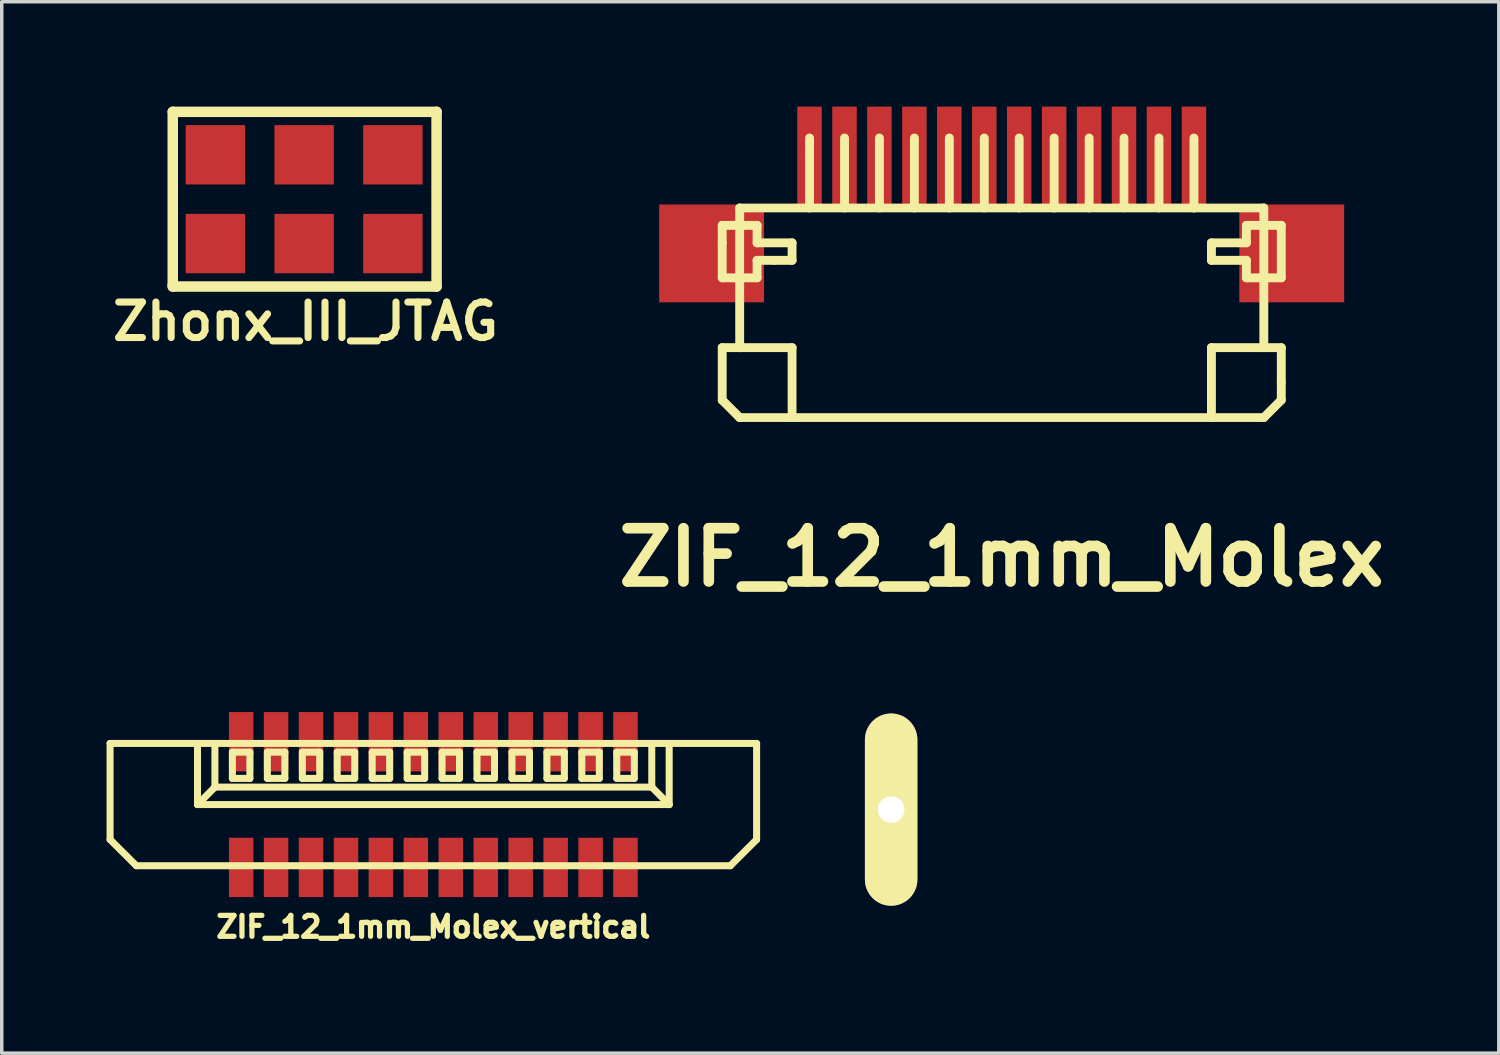
<source format=kicad_pcb>
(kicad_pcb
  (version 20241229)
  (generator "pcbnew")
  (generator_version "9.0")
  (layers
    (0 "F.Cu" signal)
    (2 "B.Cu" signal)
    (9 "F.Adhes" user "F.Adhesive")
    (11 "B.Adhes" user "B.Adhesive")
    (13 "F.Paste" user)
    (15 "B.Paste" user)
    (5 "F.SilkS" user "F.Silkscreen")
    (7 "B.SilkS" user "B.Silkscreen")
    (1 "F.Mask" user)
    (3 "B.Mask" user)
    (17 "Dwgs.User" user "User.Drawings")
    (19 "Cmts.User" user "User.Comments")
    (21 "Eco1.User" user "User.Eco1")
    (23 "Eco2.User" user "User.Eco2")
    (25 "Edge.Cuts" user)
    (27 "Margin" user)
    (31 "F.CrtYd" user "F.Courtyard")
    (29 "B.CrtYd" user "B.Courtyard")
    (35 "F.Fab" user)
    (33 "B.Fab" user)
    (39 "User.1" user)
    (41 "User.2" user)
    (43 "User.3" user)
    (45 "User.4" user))
  (footprint "Zone_Interdite"
    (layer "F.Cu")
    (at 22.452 20.119)
    (property "Reference" "Zone_Interdite" (at 0 0 90) (layer "F.SilkS") (effects (font (size 0.5 0.5) (thickness 0.125))))
    (attr through_hole)
    (pad "" np_thru_hole oval (at 0 0) (size 1.5 5.5) (drill 0.762) (layers "*.Cu" "*.Mask" "F.SilkS")))
  (footprint "ZIF_12_1mm_Molex_vertical"
    (layer "F.Cu")
    (at 9.351 19.975)
    (property "Reference" "ZIF_12_1mm_Molex_vertical" (at 0 3.5 0) (layer "F.SilkS") (effects (font (size 0.599 0.599) (thickness 0.15))))
    (attr through_hole)
    (fp_line (start -9.251 -1.75) (end 9.251 -1.75) (stroke (width 0.201) (type solid)) (layer "F.SilkS"))
    (fp_line (start -9.251 1.001) (end -9.251 -1.75) (stroke (width 0.201) (type solid)) (layer "F.SilkS"))
    (fp_line (start -8.499 1.75) (end -9.251 1.001) (stroke (width 0.201) (type solid)) (layer "F.SilkS"))
    (fp_line (start -6.749 -1.75) (end -6.749 0) (stroke (width 0.201) (type solid)) (layer "F.SilkS"))
    (fp_line (start -6.749 0) (end -6.251 -0.5) (stroke (width 0.201) (type solid)) (layer "F.SilkS"))
    (fp_line (start -6.749 0) (end 6.749 0) (stroke (width 0.201) (type solid)) (layer "F.SilkS"))
    (fp_line (start -6.251 -1.75) (end -6.251 -0.5) (stroke (width 0.201) (type solid)) (layer "F.SilkS"))
    (fp_line (start -6.251 -0.5) (end 6.251 -0.5) (stroke (width 0.201) (type solid)) (layer "F.SilkS"))
    (fp_line (start -5.751 -1.501) (end -5.25 -1.501) (stroke (width 0.201) (type solid)) (layer "F.SilkS"))
    (fp_line (start -5.751 -0.749) (end -5.751 -1.501) (stroke (width 0.201) (type solid)) (layer "F.SilkS"))
    (fp_line (start -5.25 -1.501) (end -5.25 -0.749) (stroke (width 0.201) (type solid)) (layer "F.SilkS"))
    (fp_line (start -5.25 -0.749) (end -5.751 -0.749) (stroke (width 0.201) (type solid)) (layer "F.SilkS"))
    (fp_line (start -4.75 -1.501) (end -4.75 -0.749) (stroke (width 0.201) (type solid)) (layer "F.SilkS"))
    (fp_line (start -4.75 -0.749) (end -4.249 -0.749) (stroke (width 0.201) (type solid)) (layer "F.SilkS"))
    (fp_line (start -4.249 -1.501) (end -4.75 -1.501) (stroke (width 0.201) (type solid)) (layer "F.SilkS"))
    (fp_line (start -4.249 -0.749) (end -4.249 -1.501) (stroke (width 0.201) (type solid)) (layer "F.SilkS"))
    (fp_line (start -3.749 -1.501) (end -3.749 -0.749) (stroke (width 0.201) (type solid)) (layer "F.SilkS"))
    (fp_line (start -3.749 -0.749) (end -3.251 -0.749) (stroke (width 0.201) (type solid)) (layer "F.SilkS"))
    (fp_line (start -3.251 -1.501) (end -3.749 -1.501) (stroke (width 0.201) (type solid)) (layer "F.SilkS"))
    (fp_line (start -3.251 -0.749) (end -3.251 -1.501) (stroke (width 0.201) (type solid)) (layer "F.SilkS"))
    (fp_line (start -2.751 -1.501) (end -2.751 -0.749) (stroke (width 0.201) (type solid)) (layer "F.SilkS"))
    (fp_line (start -2.751 -0.749) (end -2.25 -0.749) (stroke (width 0.201) (type solid)) (layer "F.SilkS"))
    (fp_line (start -2.25 -1.501) (end -2.751 -1.501) (stroke (width 0.201) (type solid)) (layer "F.SilkS"))
    (fp_line (start -2.25 -0.749) (end -2.25 -1.501) (stroke (width 0.201) (type solid)) (layer "F.SilkS"))
    (fp_line (start -1.75 -1.501) (end -1.75 -0.749) (stroke (width 0.201) (type solid)) (layer "F.SilkS"))
    (fp_line (start -1.75 -0.749) (end -1.25 -0.749) (stroke (width 0.201) (type solid)) (layer "F.SilkS"))
    (fp_line (start -1.25 -1.501) (end -1.75 -1.501) (stroke (width 0.201) (type solid)) (layer "F.SilkS"))
    (fp_line (start -1.25 -0.749) (end -1.25 -1.501) (stroke (width 0.201) (type solid)) (layer "F.SilkS"))
    (fp_line (start -0.749 -1.501) (end -0.749 -0.749) (stroke (width 0.201) (type solid)) (layer "F.SilkS"))
    (fp_line (start -0.749 -0.749) (end -0.249 -0.749) (stroke (width 0.201) (type solid)) (layer "F.SilkS"))
    (fp_line (start -0.249 -1.501) (end -0.749 -1.501) (stroke (width 0.201) (type solid)) (layer "F.SilkS"))
    (fp_line (start -0.249 -0.749) (end -0.249 -1.501) (stroke (width 0.201) (type solid)) (layer "F.SilkS"))
    (fp_line (start 0.249 -1.501) (end 0.249 -0.749) (stroke (width 0.201) (type solid)) (layer "F.SilkS"))
    (fp_line (start 0.249 -0.749) (end 0.749 -0.749) (stroke (width 0.201) (type solid)) (layer "F.SilkS"))
    (fp_line (start 0.749 -1.501) (end 0.249 -1.501) (stroke (width 0.201) (type solid)) (layer "F.SilkS"))
    (fp_line (start 0.749 -0.749) (end 0.749 -1.501) (stroke (width 0.201) (type solid)) (layer "F.SilkS"))
    (fp_line (start 1.25 -1.501) (end 1.25 -0.749) (stroke (width 0.201) (type solid)) (layer "F.SilkS"))
    (fp_line (start 1.25 -0.749) (end 1.75 -0.749) (stroke (width 0.201) (type solid)) (layer "F.SilkS"))
    (fp_line (start 1.75 -1.501) (end 1.25 -1.501) (stroke (width 0.201) (type solid)) (layer "F.SilkS"))
    (fp_line (start 1.75 -0.749) (end 1.75 -1.501) (stroke (width 0.201) (type solid)) (layer "F.SilkS"))
    (fp_line (start 2.25 -1.501) (end 2.25 -0.749) (stroke (width 0.201) (type solid)) (layer "F.SilkS"))
    (fp_line (start 2.25 -0.749) (end 2.751 -0.749) (stroke (width 0.201) (type solid)) (layer "F.SilkS"))
    (fp_line (start 2.751 -1.501) (end 2.25 -1.501) (stroke (width 0.201) (type solid)) (layer "F.SilkS"))
    (fp_line (start 2.751 -0.749) (end 2.751 -1.501) (stroke (width 0.201) (type solid)) (layer "F.SilkS"))
    (fp_line (start 3.251 -1.501) (end 3.251 -0.749) (stroke (width 0.201) (type solid)) (layer "F.SilkS"))
    (fp_line (start 3.251 -0.749) (end 3.749 -0.749) (stroke (width 0.201) (type solid)) (layer "F.SilkS"))
    (fp_line (start 3.749 -1.501) (end 3.251 -1.501) (stroke (width 0.201) (type solid)) (layer "F.SilkS"))
    (fp_line (start 3.749 -0.749) (end 3.749 -1.501) (stroke (width 0.201) (type solid)) (layer "F.SilkS"))
    (fp_line (start 4.249 -1.501) (end 4.249 -0.749) (stroke (width 0.201) (type solid)) (layer "F.SilkS"))
    (fp_line (start 4.249 -1.501) (end 4.75 -1.501) (stroke (width 0.201) (type solid)) (layer "F.SilkS"))
    (fp_line (start 4.249 -0.749) (end 4.75 -0.749) (stroke (width 0.201) (type solid)) (layer "F.SilkS"))
    (fp_line (start 4.75 -0.749) (end 4.75 -1.501) (stroke (width 0.201) (type solid)) (layer "F.SilkS"))
    (fp_line (start 5.25 -1.501) (end 5.751 -1.501) (stroke (width 0.201) (type solid)) (layer "F.SilkS"))
    (fp_line (start 5.25 -0.749) (end 5.25 -1.501) (stroke (width 0.201) (type solid)) (layer "F.SilkS"))
    (fp_line (start 5.751 -1.501) (end 5.751 -0.749) (stroke (width 0.201) (type solid)) (layer "F.SilkS"))
    (fp_line (start 5.751 -0.749) (end 5.25 -0.749) (stroke (width 0.201) (type solid)) (layer "F.SilkS"))
    (fp_line (start 6.251 -0.5) (end 6.251 -1.75) (stroke (width 0.201) (type solid)) (layer "F.SilkS"))
    (fp_line (start 6.251 -0.5) (end 6.749 0) (stroke (width 0.201) (type solid)) (layer "F.SilkS"))
    (fp_line (start 6.749 0) (end 6.749 -1.75) (stroke (width 0.201) (type solid)) (layer "F.SilkS"))
    (fp_line (start 8.499 1.75) (end -8.499 1.75) (stroke (width 0.201) (type solid)) (layer "F.SilkS"))
    (fp_line (start 9.251 -1.75) (end 9.251 1.001) (stroke (width 0.201) (type solid)) (layer "F.SilkS"))
    (fp_line (start 9.251 1.001) (end 8.499 1.75) (stroke (width 0.201) (type solid)) (layer "F.SilkS"))
    (pad "" smd rect (at -5.499 1.798) (size 0.701 1.699) (layers "F.Cu" "F.Mask" "F.Paste"))
    (pad "" smd rect (at -4.501 1.798) (size 0.701 1.699) (layers "F.Cu" "F.Mask" "F.Paste"))
    (pad "" smd rect (at -3.5 1.798) (size 0.701 1.699) (layers "F.Cu" "F.Mask" "F.Paste"))
    (pad "" smd rect (at -2.499 1.798) (size 0.701 1.699) (layers "F.Cu" "F.Mask" "F.Paste"))
    (pad "" smd rect (at -1.501 1.798) (size 0.701 1.699) (layers "F.Cu" "F.Mask" "F.Paste"))
    (pad "" smd rect (at -0.5 1.798) (size 0.701 1.699) (layers "F.Cu" "F.Mask" "F.Paste"))
    (pad "" smd rect (at 0.5 1.798) (size 0.701 1.699) (layers "F.Cu" "F.Mask" "F.Paste"))
    (pad "" smd rect (at 1.501 1.798) (size 0.701 1.699) (layers "F.Cu" "F.Mask" "F.Paste"))
    (pad "" smd rect (at 2.499 1.798) (size 0.701 1.699) (layers "F.Cu" "F.Mask" "F.Paste"))
    (pad "" smd rect (at 3.5 1.798) (size 0.701 1.699) (layers "F.Cu" "F.Mask" "F.Paste"))
    (pad "" smd rect (at 4.501 1.798) (size 0.701 1.699) (layers "F.Cu" "F.Mask" "F.Paste"))
    (pad "" smd rect (at 5.499 1.798) (size 0.701 1.699) (layers "F.Cu" "F.Mask" "F.Paste"))
    (pad "1" smd rect (at -5.499 -1.798) (size 0.701 1.699) (layers "F.Cu" "F.Mask" "F.Paste"))
    (pad "2" smd rect (at -4.501 -1.798) (size 0.701 1.699) (layers "F.Cu" "F.Mask" "F.Paste"))
    (pad "3" smd rect (at -3.5 -1.798) (size 0.701 1.699) (layers "F.Cu" "F.Mask" "F.Paste"))
    (pad "4" smd rect (at -2.499 -1.798) (size 0.701 1.699) (layers "F.Cu" "F.Mask" "F.Paste"))
    (pad "5" smd rect (at -1.501 -1.798) (size 0.701 1.699) (layers "F.Cu" "F.Mask" "F.Paste"))
    (pad "6" smd rect (at -0.5 -1.798) (size 0.701 1.699) (layers "F.Cu" "F.Mask" "F.Paste"))
    (pad "7" smd rect (at 0.5 -1.798) (size 0.701 1.699) (layers "F.Cu" "F.Mask" "F.Paste"))
    (pad "8" smd rect (at 1.501 -1.798) (size 0.701 1.699) (layers "F.Cu" "F.Mask" "F.Paste"))
    (pad "9" smd rect (at 2.499 -1.798) (size 0.701 1.699) (layers "F.Cu" "F.Mask" "F.Paste"))
    (pad "10" smd rect (at 3.5 -1.798) (size 0.701 1.699) (layers "F.Cu" "F.Mask" "F.Paste"))
    (pad "11" smd rect (at 4.501 -1.798) (size 0.701 1.699) (layers "F.Cu" "F.Mask" "F.Paste"))
    (pad "12" smd rect (at 5.499 -1.798) (size 0.701 1.699) (layers "F.Cu" "F.Mask" "F.Paste")))
  (footprint "ZIF_12_1mm_Molex"
    (layer "F.Cu")
    (at 25.616 2.901)
    (property "Reference" "ZIF_12_1mm_Molex" (at 0 10 0) (layer "F.SilkS") (effects (font (size 1.524 1.524) (thickness 0.305))))
    (attr through_hole)
    (fp_line (start -7.998 0.498) (end -7 0.498) (stroke (width 0.254) (type solid)) (layer "F.SilkS"))
    (fp_line (start -7.998 0.998) (end -7.998 0.498) (stroke (width 0.254) (type solid)) (layer "F.SilkS"))
    (fp_line (start -7.998 1.999) (end -7.998 0.998) (stroke (width 0.254) (type solid)) (layer "F.SilkS"))
    (fp_line (start -7.998 3.998) (end -7.498 3.998) (stroke (width 0.254) (type solid)) (layer "F.SilkS"))
    (fp_line (start -7.998 5.499) (end -7.998 3.998) (stroke (width 0.254) (type solid)) (layer "F.SilkS"))
    (fp_line (start -7.498 0) (end 5.502 0) (stroke (width 0.249) (type solid)) (layer "F.SilkS"))
    (fp_line (start -7.498 3.998) (end -7.498 0) (stroke (width 0.254) (type solid)) (layer "F.SilkS"))
    (fp_line (start -7.498 3.998) (end -5.999 3.998) (stroke (width 0.254) (type solid)) (layer "F.SilkS"))
    (fp_line (start -7.498 5.999) (end -7.998 5.499) (stroke (width 0.254) (type solid)) (layer "F.SilkS"))
    (fp_line (start -7.498 5.999) (end 7.501 5.999) (stroke (width 0.249) (type solid)) (layer "F.SilkS"))
    (fp_line (start -7 0.498) (end -7 0.998) (stroke (width 0.254) (type solid)) (layer "F.SilkS"))
    (fp_line (start -7 0.998) (end -5.999 0.998) (stroke (width 0.254) (type solid)) (layer "F.SilkS"))
    (fp_line (start -7 1.499) (end -7 1.999) (stroke (width 0.254) (type solid)) (layer "F.SilkS"))
    (fp_line (start -7 1.999) (end -7.998 1.999) (stroke (width 0.254) (type solid)) (layer "F.SilkS"))
    (fp_line (start -6.5 1.499) (end -7 1.499) (stroke (width 0.254) (type solid)) (layer "F.SilkS"))
    (fp_line (start -5.999 0.998) (end -5.999 1.499) (stroke (width 0.254) (type solid)) (layer "F.SilkS"))
    (fp_line (start -5.999 1.499) (end -6.5 1.499) (stroke (width 0.254) (type solid)) (layer "F.SilkS"))
    (fp_line (start -5.999 3.998) (end -5.999 5.999) (stroke (width 0.254) (type solid)) (layer "F.SilkS"))
    (fp_line (start -5.499 -2.002) (end -5.499 -1.501) (stroke (width 0.254) (type solid)) (layer "F.SilkS"))
    (fp_line (start -5.499 0) (end -5.499 -1.501) (stroke (width 0.254) (type solid)) (layer "F.SilkS"))
    (fp_line (start -4.498 0) (end -4.498 -2.002) (stroke (width 0.254) (type solid)) (layer "F.SilkS"))
    (fp_line (start -3.5 0) (end -3.5 -2.002) (stroke (width 0.254) (type solid)) (layer "F.SilkS"))
    (fp_line (start -2.499 0) (end -2.499 -2.002) (stroke (width 0.254) (type solid)) (layer "F.SilkS"))
    (fp_line (start -1.499 0) (end -1.499 -2.002) (stroke (width 0.254) (type solid)) (layer "F.SilkS"))
    (fp_line (start -0.498 0) (end -0.498 -2.002) (stroke (width 0.254) (type solid)) (layer "F.SilkS"))
    (fp_line (start 0.5 0) (end 0.5 -2.002) (stroke (width 0.254) (type solid)) (layer "F.SilkS"))
    (fp_line (start 1.501 0) (end 1.501 -2.002) (stroke (width 0.254) (type solid)) (layer "F.SilkS"))
    (fp_line (start 2.502 -2.002) (end 2.502 0) (stroke (width 0.254) (type solid)) (layer "F.SilkS"))
    (fp_line (start 3.5 0) (end 3.5 -2.002) (stroke (width 0.249) (type solid)) (layer "F.SilkS"))
    (fp_line (start 4.501 -2.002) (end 4.501 0) (stroke (width 0.254) (type solid)) (layer "F.SilkS"))
    (fp_line (start 5.502 -2.002) (end 5.502 0) (stroke (width 0.254) (type solid)) (layer "F.SilkS"))
    (fp_line (start 6.002 0.998) (end 7.003 0.998) (stroke (width 0.254) (type solid)) (layer "F.SilkS"))
    (fp_line (start 6.002 1.499) (end 6.002 0.998) (stroke (width 0.254) (type solid)) (layer "F.SilkS"))
    (fp_line (start 6.002 3.998) (end 6.002 5.999) (stroke (width 0.254) (type solid)) (layer "F.SilkS"))
    (fp_line (start 7.003 0.498) (end 8.001 0.498) (stroke (width 0.254) (type solid)) (layer "F.SilkS"))
    (fp_line (start 7.003 0.998) (end 7.003 0.498) (stroke (width 0.254) (type solid)) (layer "F.SilkS"))
    (fp_line (start 7.003 1.499) (end 6.002 1.499) (stroke (width 0.254) (type solid)) (layer "F.SilkS"))
    (fp_line (start 7.003 1.999) (end 7.003 1.499) (stroke (width 0.254) (type solid)) (layer "F.SilkS"))
    (fp_line (start 7.501 0) (end 5.502 0) (stroke (width 0.249) (type solid)) (layer "F.SilkS"))
    (fp_line (start 7.501 0) (end 7.501 3.998) (stroke (width 0.254) (type solid)) (layer "F.SilkS"))
    (fp_line (start 7.501 3.998) (end 6.002 3.998) (stroke (width 0.254) (type solid)) (layer "F.SilkS"))
    (fp_line (start 7.501 3.998) (end 8.001 3.998) (stroke (width 0.254) (type solid)) (layer "F.SilkS"))
    (fp_line (start 8.001 0.498) (end 8.001 1.999) (stroke (width 0.254) (type solid)) (layer "F.SilkS"))
    (fp_line (start 8.001 1.999) (end 7.003 1.999) (stroke (width 0.254) (type solid)) (layer "F.SilkS"))
    (fp_line (start 8.001 3.998) (end 8.001 4.999) (stroke (width 0.254) (type solid)) (layer "F.SilkS"))
    (fp_line (start 8.001 4.999) (end 8.001 5.499) (stroke (width 0.254) (type solid)) (layer "F.SilkS"))
    (fp_line (start 8.001 5.499) (end 7.501 5.999) (stroke (width 0.254) (type solid)) (layer "F.SilkS"))
    (pad "" smd rect (at -8.301 1.3) (size 3 2.799) (layers "F.Cu" "F.Mask" "F.Paste"))
    (pad "" smd rect (at 8.301 1.3) (size 3 2.799) (layers "F.Cu" "F.Mask" "F.Paste"))
    (pad "1" smd rect (at -5.499 -1.501) (size 0.701 2.799) (layers "F.Cu" "F.Mask" "F.Paste"))
    (pad "2" smd rect (at -4.498 -1.501) (size 0.701 2.799) (layers "F.Cu" "F.Mask" "F.Paste"))
    (pad "3" smd rect (at -3.5 -1.501) (size 0.701 2.799) (layers "F.Cu" "F.Mask" "F.Paste"))
    (pad "4" smd rect (at -2.499 -1.501) (size 0.701 2.799) (layers "F.Cu" "F.Mask" "F.Paste"))
    (pad "5" smd rect (at -1.499 -1.501) (size 0.701 2.799) (layers "F.Cu" "F.Mask" "F.Paste"))
    (pad "6" smd rect (at -0.498 -1.501) (size 0.701 2.799) (layers "F.Cu" "F.Mask" "F.Paste"))
    (pad "7" smd rect (at 0.5 -1.501) (size 0.701 2.799) (layers "F.Cu" "F.Mask" "F.Paste"))
    (pad "8" smd rect (at 1.501 -1.501) (size 0.701 2.799) (layers "F.Cu" "F.Mask" "F.Paste"))
    (pad "9" smd rect (at 2.502 -1.501) (size 0.701 2.799) (layers "F.Cu" "F.Mask" "F.Paste"))
    (pad "10" smd rect (at 3.5 -1.501) (size 0.701 2.799) (layers "F.Cu" "F.Mask" "F.Paste"))
    (pad "11" smd rect (at 4.501 -1.501) (size 0.701 2.799) (layers "F.Cu" "F.Mask" "F.Paste"))
    (pad "12" smd rect (at 5.502 -1.501) (size 0.701 2.799) (layers "F.Cu" "F.Mask" "F.Paste")))
  (footprint "Zhonx_III_JTAG"
    (layer "F.Cu")
    (at 5.694 2.65)
    (property "Reference" "Zhonx_III_JTAG" (at 0 3.5 0) (layer "F.SilkS") (effects (font (size 1.016 1.016) (thickness 0.203))))
    (attr through_hole)
    (fp_line (start -3.8 -2.5) (end -3.8 2.45) (stroke (width 0.3) (type solid)) (layer "F.SilkS"))
    (fp_line (start -3.8 2.45) (end -3.8 2.5) (stroke (width 0.3) (type solid)) (layer "F.SilkS"))
    (fp_line (start -3.8 2.5) (end 3.75 2.5) (stroke (width 0.3) (type solid)) (layer "F.SilkS"))
    (fp_line (start 3.75 -2.5) (end -3.8 -2.5) (stroke (width 0.3) (type solid)) (layer "F.SilkS"))
    (fp_line (start 3.75 -2.5) (end 3.75 2.5) (stroke (width 0.3) (type solid)) (layer "F.SilkS"))
    (pad "1" smd rect (at -2.58 1.27) (size 1.699 1.699) (layers "F.Cu" "F.Mask" "F.Paste"))
    (pad "2" smd rect (at -2.58 -1.27) (size 1.699 1.699) (layers "F.Cu" "F.Mask" "F.Paste"))
    (pad "3" smd rect (at -0.04 1.27) (size 1.699 1.699) (layers "F.Cu" "F.Mask" "F.Paste"))
    (pad "4" smd rect (at -0.04 -1.27) (size 1.699 1.699) (layers "F.Cu" "F.Mask" "F.Paste"))
    (pad "5" smd rect (at 2.5 1.27) (size 1.699 1.699) (layers "F.Cu" "F.Mask" "F.Paste"))
    (pad "6" smd rect (at 2.5 -1.27) (size 1.699 1.699) (layers "F.Cu" "F.Mask" "F.Paste")))
  (gr_rect
    (start -3 -3)
    (end 39.842 27.089)
    (stroke (width 0.1) (type default))
    (fill no)
    (layer "Edge.Cuts")))
</source>
